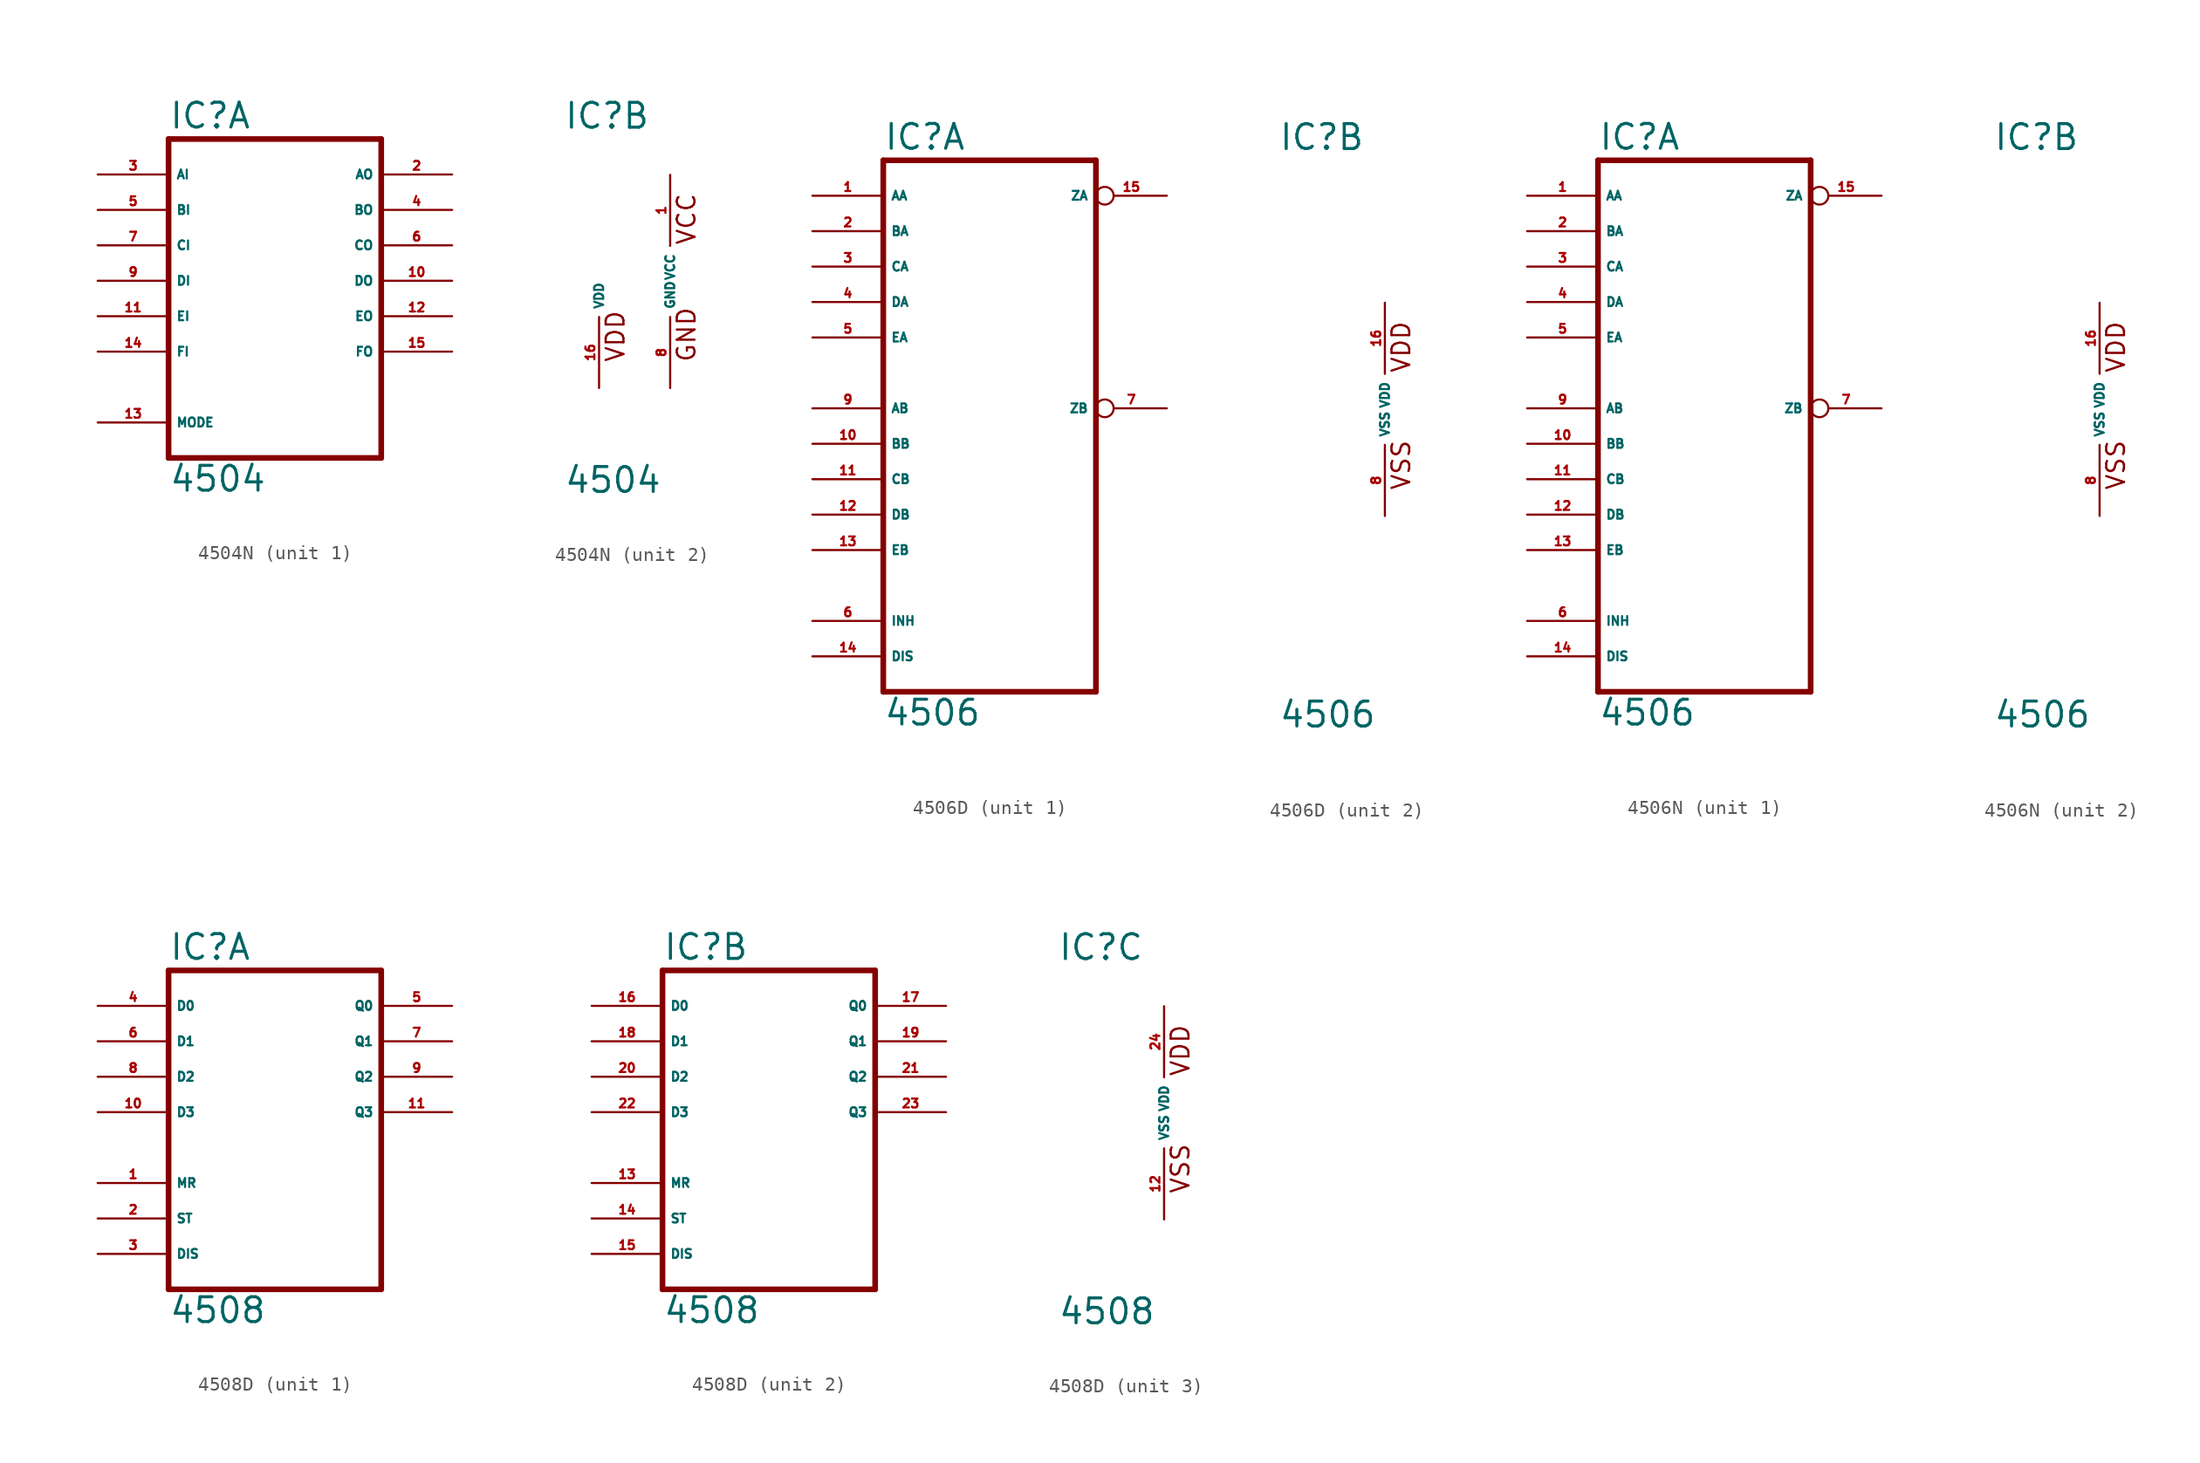
<source format=kicad_sym>
(kicad_symbol_lib
  (version 20220914)
  (generator Eagle2Kicad)
  (symbol "4504N"
    (property "Reference" "IC"
      (at -7.62 10.795 0)
      (effects (font (size 1.778 1.778) (thickness 0.22)) (justify left bottom)))
    (property "Value" "4504"
      (at -7.62 -15.24 0)
      (effects (font (size 1.778 1.778) (thickness 0.22)) (justify left bottom)))
    (symbol "4504N_1_0"
      (polyline (pts (xy -7.62 -12.7) (xy 7.62 -12.7)) (stroke (width 0.406) (type default)) (fill (type none)))
      (polyline (pts (xy 7.62 -12.7) (xy 7.62 10.16)) (stroke (width 0.406) (type default)) (fill (type none)))
      (polyline (pts (xy 7.62 10.16) (xy -7.62 10.16)) (stroke (width 0.406) (type default)) (fill (type none)))
      (polyline (pts (xy -7.62 10.16) (xy -7.62 -12.7)) (stroke (width 0.406) (type default)) (fill (type none)))
      (pin output line (at 12.7 7.62 180) (length 5.08) (name "AO" (effects (font (size 0.635 0.635) (thickness 0.08)) (justify left bottom))) (number "2" (effects (font (size 0.635 0.635) (thickness 0.08)) (justify left bottom))))
      (pin input line (at -12.7 7.62 0) (length 5.08) (name "AI" (effects (font (size 0.635 0.635) (thickness 0.08)) (justify left bottom))) (number "3" (effects (font (size 0.635 0.635) (thickness 0.08)) (justify left bottom))))
      (pin output line (at 12.7 5.08 180) (length 5.08) (name "BO" (effects (font (size 0.635 0.635) (thickness 0.08)) (justify left bottom))) (number "4" (effects (font (size 0.635 0.635) (thickness 0.08)) (justify left bottom))))
      (pin input line (at -12.7 5.08 0) (length 5.08) (name "BI" (effects (font (size 0.635 0.635) (thickness 0.08)) (justify left bottom))) (number "5" (effects (font (size 0.635 0.635) (thickness 0.08)) (justify left bottom))))
      (pin output line (at 12.7 2.54 180) (length 5.08) (name "CO" (effects (font (size 0.635 0.635) (thickness 0.08)) (justify left bottom))) (number "6" (effects (font (size 0.635 0.635) (thickness 0.08)) (justify left bottom))))
      (pin input line (at -12.7 2.54 0) (length 5.08) (name "CI" (effects (font (size 0.635 0.635) (thickness 0.08)) (justify left bottom))) (number "7" (effects (font (size 0.635 0.635) (thickness 0.08)) (justify left bottom))))
      (pin input line (at -12.7 0 0) (length 5.08) (name "DI" (effects (font (size 0.635 0.635) (thickness 0.08)) (justify left bottom))) (number "9" (effects (font (size 0.635 0.635) (thickness 0.08)) (justify left bottom))))
      (pin output line (at 12.7 0 180) (length 5.08) (name "DO" (effects (font (size 0.635 0.635) (thickness 0.08)) (justify left bottom))) (number "10" (effects (font (size 0.635 0.635) (thickness 0.08)) (justify left bottom))))
      (pin input line (at -12.7 -2.54 0) (length 5.08) (name "EI" (effects (font (size 0.635 0.635) (thickness 0.08)) (justify left bottom))) (number "11" (effects (font (size 0.635 0.635) (thickness 0.08)) (justify left bottom))))
      (pin output line (at 12.7 -2.54 180) (length 5.08) (name "EO" (effects (font (size 0.635 0.635) (thickness 0.08)) (justify left bottom))) (number "12" (effects (font (size 0.635 0.635) (thickness 0.08)) (justify left bottom))))
      (pin input line (at -12.7 -10.16 0) (length 5.08) (name "MODE" (effects (font (size 0.635 0.635) (thickness 0.08)) (justify left bottom))) (number "13" (effects (font (size 0.635 0.635) (thickness 0.08)) (justify left bottom))))
      (pin input line (at -12.7 -5.08 0) (length 5.08) (name "FI" (effects (font (size 0.635 0.635) (thickness 0.08)) (justify left bottom))) (number "14" (effects (font (size 0.635 0.635) (thickness 0.08)) (justify left bottom))))
      (pin output line (at 12.7 -5.08 180) (length 5.08) (name "FO" (effects (font (size 0.635 0.635) (thickness 0.08)) (justify left bottom))) (number "15" (effects (font (size 0.635 0.635) (thickness 0.08)) (justify left bottom)))))
    (symbol "4504N_2_0"
      (text "VCC" (at 1.905 2.54 900) (effects (font (size 1.27 1.27) (thickness 0.16)) (justify left bottom)))
      (text "VDD" (at -3.175 -5.842 900) (effects (font (size 1.27 1.27) (thickness 0.16)) (justify left bottom)))
      (text "GND" (at 1.905 -5.842 900) (effects (font (size 1.27 1.27) (thickness 0.16)) (justify left bottom)))
      (pin unspecified line (at 0 -7.62 90) (length 5.08) (name "GND" (effects (font (size 0.635 0.635) (thickness 0.08)) (justify left bottom))) (number "8" (effects (font (size 0.635 0.635) (thickness 0.08)) (justify left bottom))))
      (pin unspecified line (at 0 7.62 270) (length 5.08) (name "VCC" (effects (font (size 0.635 0.635) (thickness 0.08)) (justify left bottom))) (number "1" (effects (font (size 0.635 0.635) (thickness 0.08)) (justify left bottom))))
      (pin unspecified line (at -5.08 -7.62 90) (length 5.08) (name "VDD" (effects (font (size 0.635 0.635) (thickness 0.08)) (justify left bottom))) (number "16" (effects (font (size 0.635 0.635) (thickness 0.08)) (justify left bottom))))))
  (symbol "4506D"
    (property "Reference" "IC"
      (at -7.62 18.415 0)
      (effects (font (size 1.778 1.778) (thickness 0.22)) (justify left bottom)))
    (property "Value" "4506"
      (at -7.62 -22.86 0)
      (effects (font (size 1.778 1.778) (thickness 0.22)) (justify left bottom)))
    (symbol "4506D_1_0"
      (polyline (pts (xy -7.62 -20.32) (xy 7.62 -20.32)) (stroke (width 0.406) (type default)) (fill (type none)))
      (polyline (pts (xy 7.62 -20.32) (xy 7.62 17.78)) (stroke (width 0.406) (type default)) (fill (type none)))
      (polyline (pts (xy 7.62 17.78) (xy -7.62 17.78)) (stroke (width 0.406) (type default)) (fill (type none)))
      (polyline (pts (xy -7.62 17.78) (xy -7.62 -20.32)) (stroke (width 0.406) (type default)) (fill (type none)))
      (pin input line (at -12.7 15.24 0) (length 5.08) (name "AA" (effects (font (size 0.635 0.635) (thickness 0.08)) (justify left bottom))) (number "1" (effects (font (size 0.635 0.635) (thickness 0.08)) (justify left bottom))))
      (pin input line (at -12.7 12.7 0) (length 5.08) (name "BA" (effects (font (size 0.635 0.635) (thickness 0.08)) (justify left bottom))) (number "2" (effects (font (size 0.635 0.635) (thickness 0.08)) (justify left bottom))))
      (pin input line (at -12.7 10.16 0) (length 5.08) (name "CA" (effects (font (size 0.635 0.635) (thickness 0.08)) (justify left bottom))) (number "3" (effects (font (size 0.635 0.635) (thickness 0.08)) (justify left bottom))))
      (pin input line (at -12.7 7.62 0) (length 5.08) (name "DA" (effects (font (size 0.635 0.635) (thickness 0.08)) (justify left bottom))) (number "4" (effects (font (size 0.635 0.635) (thickness 0.08)) (justify left bottom))))
      (pin input line (at -12.7 5.08 0) (length 5.08) (name "EA" (effects (font (size 0.635 0.635) (thickness 0.08)) (justify left bottom))) (number "5" (effects (font (size 0.635 0.635) (thickness 0.08)) (justify left bottom))))
      (pin input line (at -12.7 -15.24 0) (length 5.08) (name "INH" (effects (font (size 0.635 0.635) (thickness 0.08)) (justify left bottom))) (number "6" (effects (font (size 0.635 0.635) (thickness 0.08)) (justify left bottom))))
      (pin output inverted (at 12.7 0 180) (length 5.08) (name "ZB" (effects (font (size 0.635 0.635) (thickness 0.08)) (justify left bottom))) (number "7" (effects (font (size 0.635 0.635) (thickness 0.08)) (justify left bottom))))
      (pin input line (at -12.7 0 0) (length 5.08) (name "AB" (effects (font (size 0.635 0.635) (thickness 0.08)) (justify left bottom))) (number "9" (effects (font (size 0.635 0.635) (thickness 0.08)) (justify left bottom))))
      (pin input line (at -12.7 -2.54 0) (length 5.08) (name "BB" (effects (font (size 0.635 0.635) (thickness 0.08)) (justify left bottom))) (number "10" (effects (font (size 0.635 0.635) (thickness 0.08)) (justify left bottom))))
      (pin input line (at -12.7 -5.08 0) (length 5.08) (name "CB" (effects (font (size 0.635 0.635) (thickness 0.08)) (justify left bottom))) (number "11" (effects (font (size 0.635 0.635) (thickness 0.08)) (justify left bottom))))
      (pin input line (at -12.7 -7.62 0) (length 5.08) (name "DB" (effects (font (size 0.635 0.635) (thickness 0.08)) (justify left bottom))) (number "12" (effects (font (size 0.635 0.635) (thickness 0.08)) (justify left bottom))))
      (pin input line (at -12.7 -10.16 0) (length 5.08) (name "EB" (effects (font (size 0.635 0.635) (thickness 0.08)) (justify left bottom))) (number "13" (effects (font (size 0.635 0.635) (thickness 0.08)) (justify left bottom))))
      (pin input line (at -12.7 -17.78 0) (length 5.08) (name "DIS" (effects (font (size 0.635 0.635) (thickness 0.08)) (justify left bottom))) (number "14" (effects (font (size 0.635 0.635) (thickness 0.08)) (justify left bottom))))
      (pin output inverted (at 12.7 15.24 180) (length 5.08) (name "ZA" (effects (font (size 0.635 0.635) (thickness 0.08)) (justify left bottom))) (number "15" (effects (font (size 0.635 0.635) (thickness 0.08)) (justify left bottom)))))
    (symbol "4506D_2_0"
      (text "VDD" (at 1.905 2.54 900) (effects (font (size 1.27 1.27) (thickness 0.16)) (justify left bottom)))
      (text "VSS" (at 1.905 -5.842 900) (effects (font (size 1.27 1.27) (thickness 0.16)) (justify left bottom)))
      (pin unspecified line (at 0 -7.62 90) (length 5.08) (name "VSS" (effects (font (size 0.635 0.635) (thickness 0.08)) (justify left bottom))) (number "8" (effects (font (size 0.635 0.635) (thickness 0.08)) (justify left bottom))))
      (pin unspecified line (at 0 7.62 270) (length 5.08) (name "VDD" (effects (font (size 0.635 0.635) (thickness 0.08)) (justify left bottom))) (number "16" (effects (font (size 0.635 0.635) (thickness 0.08)) (justify left bottom))))))
  (symbol "4506N"
    (property "Reference" "IC"
      (at -7.62 18.415 0)
      (effects (font (size 1.778 1.778) (thickness 0.22)) (justify left bottom)))
    (property "Value" "4506"
      (at -7.62 -22.86 0)
      (effects (font (size 1.778 1.778) (thickness 0.22)) (justify left bottom)))
    (symbol "4506N_1_0"
      (polyline (pts (xy -7.62 -20.32) (xy 7.62 -20.32)) (stroke (width 0.406) (type default)) (fill (type none)))
      (polyline (pts (xy 7.62 -20.32) (xy 7.62 17.78)) (stroke (width 0.406) (type default)) (fill (type none)))
      (polyline (pts (xy 7.62 17.78) (xy -7.62 17.78)) (stroke (width 0.406) (type default)) (fill (type none)))
      (polyline (pts (xy -7.62 17.78) (xy -7.62 -20.32)) (stroke (width 0.406) (type default)) (fill (type none)))
      (pin input line (at -12.7 15.24 0) (length 5.08) (name "AA" (effects (font (size 0.635 0.635) (thickness 0.08)) (justify left bottom))) (number "1" (effects (font (size 0.635 0.635) (thickness 0.08)) (justify left bottom))))
      (pin input line (at -12.7 12.7 0) (length 5.08) (name "BA" (effects (font (size 0.635 0.635) (thickness 0.08)) (justify left bottom))) (number "2" (effects (font (size 0.635 0.635) (thickness 0.08)) (justify left bottom))))
      (pin input line (at -12.7 10.16 0) (length 5.08) (name "CA" (effects (font (size 0.635 0.635) (thickness 0.08)) (justify left bottom))) (number "3" (effects (font (size 0.635 0.635) (thickness 0.08)) (justify left bottom))))
      (pin input line (at -12.7 7.62 0) (length 5.08) (name "DA" (effects (font (size 0.635 0.635) (thickness 0.08)) (justify left bottom))) (number "4" (effects (font (size 0.635 0.635) (thickness 0.08)) (justify left bottom))))
      (pin input line (at -12.7 5.08 0) (length 5.08) (name "EA" (effects (font (size 0.635 0.635) (thickness 0.08)) (justify left bottom))) (number "5" (effects (font (size 0.635 0.635) (thickness 0.08)) (justify left bottom))))
      (pin input line (at -12.7 -15.24 0) (length 5.08) (name "INH" (effects (font (size 0.635 0.635) (thickness 0.08)) (justify left bottom))) (number "6" (effects (font (size 0.635 0.635) (thickness 0.08)) (justify left bottom))))
      (pin output inverted (at 12.7 0 180) (length 5.08) (name "ZB" (effects (font (size 0.635 0.635) (thickness 0.08)) (justify left bottom))) (number "7" (effects (font (size 0.635 0.635) (thickness 0.08)) (justify left bottom))))
      (pin input line (at -12.7 0 0) (length 5.08) (name "AB" (effects (font (size 0.635 0.635) (thickness 0.08)) (justify left bottom))) (number "9" (effects (font (size 0.635 0.635) (thickness 0.08)) (justify left bottom))))
      (pin input line (at -12.7 -2.54 0) (length 5.08) (name "BB" (effects (font (size 0.635 0.635) (thickness 0.08)) (justify left bottom))) (number "10" (effects (font (size 0.635 0.635) (thickness 0.08)) (justify left bottom))))
      (pin input line (at -12.7 -5.08 0) (length 5.08) (name "CB" (effects (font (size 0.635 0.635) (thickness 0.08)) (justify left bottom))) (number "11" (effects (font (size 0.635 0.635) (thickness 0.08)) (justify left bottom))))
      (pin input line (at -12.7 -7.62 0) (length 5.08) (name "DB" (effects (font (size 0.635 0.635) (thickness 0.08)) (justify left bottom))) (number "12" (effects (font (size 0.635 0.635) (thickness 0.08)) (justify left bottom))))
      (pin input line (at -12.7 -10.16 0) (length 5.08) (name "EB" (effects (font (size 0.635 0.635) (thickness 0.08)) (justify left bottom))) (number "13" (effects (font (size 0.635 0.635) (thickness 0.08)) (justify left bottom))))
      (pin input line (at -12.7 -17.78 0) (length 5.08) (name "DIS" (effects (font (size 0.635 0.635) (thickness 0.08)) (justify left bottom))) (number "14" (effects (font (size 0.635 0.635) (thickness 0.08)) (justify left bottom))))
      (pin output inverted (at 12.7 15.24 180) (length 5.08) (name "ZA" (effects (font (size 0.635 0.635) (thickness 0.08)) (justify left bottom))) (number "15" (effects (font (size 0.635 0.635) (thickness 0.08)) (justify left bottom)))))
    (symbol "4506N_2_0"
      (text "VDD" (at 1.905 2.54 900) (effects (font (size 1.27 1.27) (thickness 0.16)) (justify left bottom)))
      (text "VSS" (at 1.905 -5.842 900) (effects (font (size 1.27 1.27) (thickness 0.16)) (justify left bottom)))
      (pin unspecified line (at 0 -7.62 90) (length 5.08) (name "VSS" (effects (font (size 0.635 0.635) (thickness 0.08)) (justify left bottom))) (number "8" (effects (font (size 0.635 0.635) (thickness 0.08)) (justify left bottom))))
      (pin unspecified line (at 0 7.62 270) (length 5.08) (name "VDD" (effects (font (size 0.635 0.635) (thickness 0.08)) (justify left bottom))) (number "16" (effects (font (size 0.635 0.635) (thickness 0.08)) (justify left bottom))))))
  (symbol "4508D"
    (property "Reference" "IC"
      (at -7.62 10.795 0)
      (effects (font (size 1.778 1.778) (thickness 0.22)) (justify left bottom)))
    (property "Value" "4508"
      (at -7.62 -15.24 0)
      (effects (font (size 1.778 1.778) (thickness 0.22)) (justify left bottom)))
    (symbol "4508D_1_0"
      (polyline (pts (xy -7.62 -12.7) (xy 7.62 -12.7)) (stroke (width 0.406) (type default)) (fill (type none)))
      (polyline (pts (xy 7.62 -12.7) (xy 7.62 10.16)) (stroke (width 0.406) (type default)) (fill (type none)))
      (polyline (pts (xy 7.62 10.16) (xy -7.62 10.16)) (stroke (width 0.406) (type default)) (fill (type none)))
      (polyline (pts (xy -7.62 10.16) (xy -7.62 -12.7)) (stroke (width 0.406) (type default)) (fill (type none)))
      (pin input line (at -12.7 -5.08 0) (length 5.08) (name "MR" (effects (font (size 0.635 0.635) (thickness 0.08)) (justify left bottom))) (number "1" (effects (font (size 0.635 0.635) (thickness 0.08)) (justify left bottom))))
      (pin input line (at -12.7 -7.62 0) (length 5.08) (name "ST" (effects (font (size 0.635 0.635) (thickness 0.08)) (justify left bottom))) (number "2" (effects (font (size 0.635 0.635) (thickness 0.08)) (justify left bottom))))
      (pin input line (at -12.7 -10.16 0) (length 5.08) (name "DIS" (effects (font (size 0.635 0.635) (thickness 0.08)) (justify left bottom))) (number "3" (effects (font (size 0.635 0.635) (thickness 0.08)) (justify left bottom))))
      (pin input line (at -12.7 7.62 0) (length 5.08) (name "D0" (effects (font (size 0.635 0.635) (thickness 0.08)) (justify left bottom))) (number "4" (effects (font (size 0.635 0.635) (thickness 0.08)) (justify left bottom))))
      (pin output line (at 12.7 7.62 180) (length 5.08) (name "Q0" (effects (font (size 0.635 0.635) (thickness 0.08)) (justify left bottom))) (number "5" (effects (font (size 0.635 0.635) (thickness 0.08)) (justify left bottom))))
      (pin input line (at -12.7 5.08 0) (length 5.08) (name "D1" (effects (font (size 0.635 0.635) (thickness 0.08)) (justify left bottom))) (number "6" (effects (font (size 0.635 0.635) (thickness 0.08)) (justify left bottom))))
      (pin output line (at 12.7 5.08 180) (length 5.08) (name "Q1" (effects (font (size 0.635 0.635) (thickness 0.08)) (justify left bottom))) (number "7" (effects (font (size 0.635 0.635) (thickness 0.08)) (justify left bottom))))
      (pin input line (at -12.7 2.54 0) (length 5.08) (name "D2" (effects (font (size 0.635 0.635) (thickness 0.08)) (justify left bottom))) (number "8" (effects (font (size 0.635 0.635) (thickness 0.08)) (justify left bottom))))
      (pin output line (at 12.7 2.54 180) (length 5.08) (name "Q2" (effects (font (size 0.635 0.635) (thickness 0.08)) (justify left bottom))) (number "9" (effects (font (size 0.635 0.635) (thickness 0.08)) (justify left bottom))))
      (pin input line (at -12.7 0 0) (length 5.08) (name "D3" (effects (font (size 0.635 0.635) (thickness 0.08)) (justify left bottom))) (number "10" (effects (font (size 0.635 0.635) (thickness 0.08)) (justify left bottom))))
      (pin output line (at 12.7 0 180) (length 5.08) (name "Q3" (effects (font (size 0.635 0.635) (thickness 0.08)) (justify left bottom))) (number "11" (effects (font (size 0.635 0.635) (thickness 0.08)) (justify left bottom)))))
    (symbol "4508D_2_0"
      (polyline (pts (xy -7.62 -12.7) (xy 7.62 -12.7)) (stroke (width 0.406) (type default)) (fill (type none)))
      (polyline (pts (xy 7.62 -12.7) (xy 7.62 10.16)) (stroke (width 0.406) (type default)) (fill (type none)))
      (polyline (pts (xy 7.62 10.16) (xy -7.62 10.16)) (stroke (width 0.406) (type default)) (fill (type none)))
      (polyline (pts (xy -7.62 10.16) (xy -7.62 -12.7)) (stroke (width 0.406) (type default)) (fill (type none)))
      (pin input line (at -12.7 -5.08 0) (length 5.08) (name "MR" (effects (font (size 0.635 0.635) (thickness 0.08)) (justify left bottom))) (number "13" (effects (font (size 0.635 0.635) (thickness 0.08)) (justify left bottom))))
      (pin input line (at -12.7 -7.62 0) (length 5.08) (name "ST" (effects (font (size 0.635 0.635) (thickness 0.08)) (justify left bottom))) (number "14" (effects (font (size 0.635 0.635) (thickness 0.08)) (justify left bottom))))
      (pin input line (at -12.7 -10.16 0) (length 5.08) (name "DIS" (effects (font (size 0.635 0.635) (thickness 0.08)) (justify left bottom))) (number "15" (effects (font (size 0.635 0.635) (thickness 0.08)) (justify left bottom))))
      (pin input line (at -12.7 7.62 0) (length 5.08) (name "D0" (effects (font (size 0.635 0.635) (thickness 0.08)) (justify left bottom))) (number "16" (effects (font (size 0.635 0.635) (thickness 0.08)) (justify left bottom))))
      (pin output line (at 12.7 7.62 180) (length 5.08) (name "Q0" (effects (font (size 0.635 0.635) (thickness 0.08)) (justify left bottom))) (number "17" (effects (font (size 0.635 0.635) (thickness 0.08)) (justify left bottom))))
      (pin input line (at -12.7 5.08 0) (length 5.08) (name "D1" (effects (font (size 0.635 0.635) (thickness 0.08)) (justify left bottom))) (number "18" (effects (font (size 0.635 0.635) (thickness 0.08)) (justify left bottom))))
      (pin output line (at 12.7 5.08 180) (length 5.08) (name "Q1" (effects (font (size 0.635 0.635) (thickness 0.08)) (justify left bottom))) (number "19" (effects (font (size 0.635 0.635) (thickness 0.08)) (justify left bottom))))
      (pin input line (at -12.7 2.54 0) (length 5.08) (name "D2" (effects (font (size 0.635 0.635) (thickness 0.08)) (justify left bottom))) (number "20" (effects (font (size 0.635 0.635) (thickness 0.08)) (justify left bottom))))
      (pin output line (at 12.7 2.54 180) (length 5.08) (name "Q2" (effects (font (size 0.635 0.635) (thickness 0.08)) (justify left bottom))) (number "21" (effects (font (size 0.635 0.635) (thickness 0.08)) (justify left bottom))))
      (pin input line (at -12.7 0 0) (length 5.08) (name "D3" (effects (font (size 0.635 0.635) (thickness 0.08)) (justify left bottom))) (number "22" (effects (font (size 0.635 0.635) (thickness 0.08)) (justify left bottom))))
      (pin output line (at 12.7 0 180) (length 5.08) (name "Q3" (effects (font (size 0.635 0.635) (thickness 0.08)) (justify left bottom))) (number "23" (effects (font (size 0.635 0.635) (thickness 0.08)) (justify left bottom)))))
    (symbol "4508D_3_0"
      (text "VDD" (at 1.905 2.54 900) (effects (font (size 1.27 1.27) (thickness 0.16)) (justify left bottom)))
      (text "VSS" (at 1.905 -5.842 900) (effects (font (size 1.27 1.27) (thickness 0.16)) (justify left bottom)))
      (pin unspecified line (at 0 -7.62 90) (length 5.08) (name "VSS" (effects (font (size 0.635 0.635) (thickness 0.08)) (justify left bottom))) (number "12" (effects (font (size 0.635 0.635) (thickness 0.08)) (justify left bottom))))
      (pin unspecified line (at 0 7.62 270) (length 5.08) (name "VDD" (effects (font (size 0.635 0.635) (thickness 0.08)) (justify left bottom))) (number "24" (effects (font (size 0.635 0.635) (thickness 0.08)) (justify left bottom)))))))
</source>
